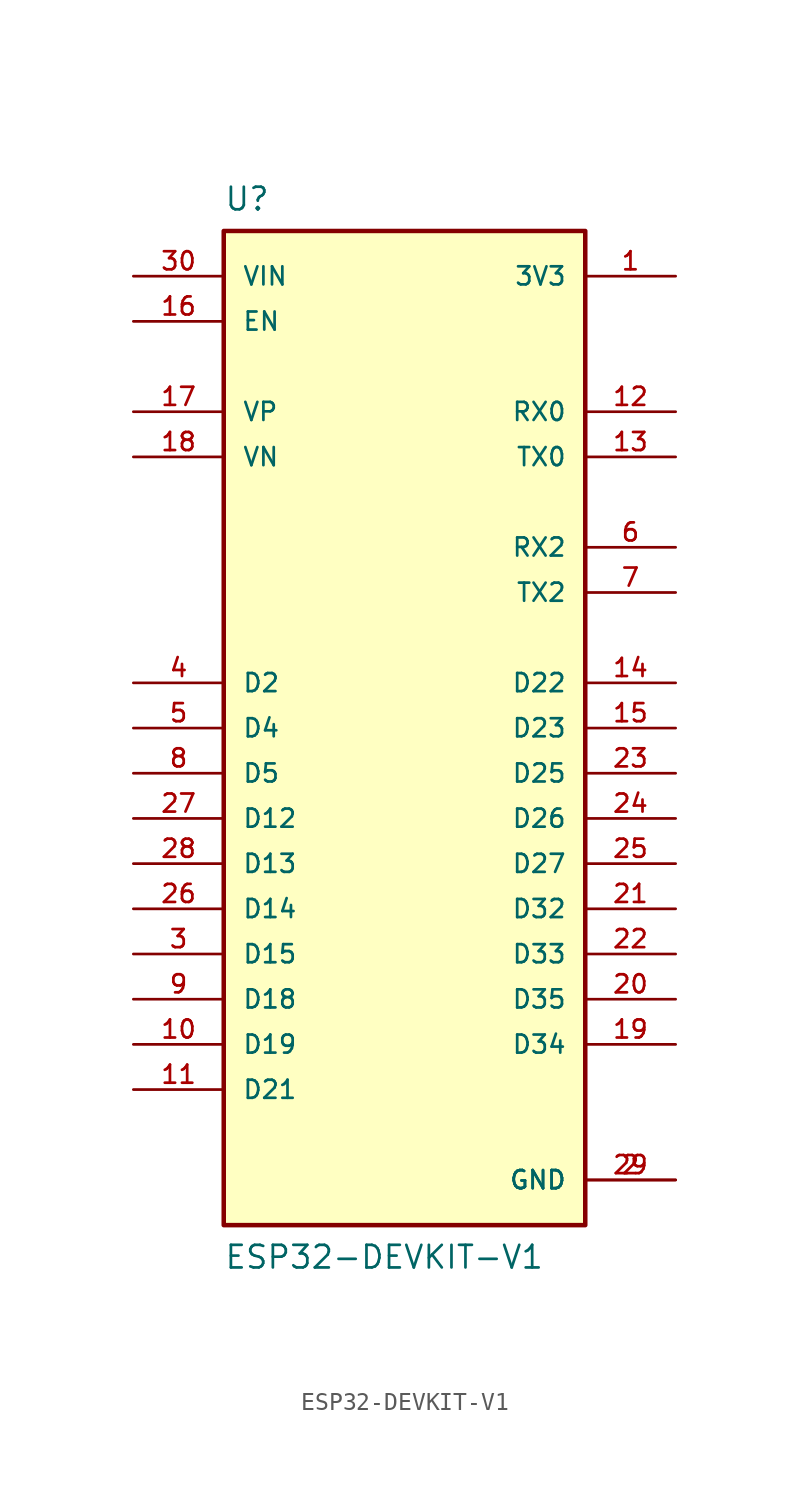
<source format=kicad_sym>
(kicad_symbol_lib
  (version 20231120)
  (generator "kicad_symbol_editor")
  (generator_version "8.0")
  (symbol "ESP32-DEVKIT-V1"
    (pin_names
      (offset 1.016))
    (property "Reference" "U"
      (at -10.16 30.48 0)
      (effects (font (size 1.27 1.27)) (justify left top)))
    (property "Value" "ESP32-DEVKIT-V1"
      (at -10.16 -30.48 0)
      (effects (font (size 1.27 1.27)) (justify left bottom)))
    (symbol "ESP32-DEVKIT-V1_0_0"
      (rectangle (start -10.16 -27.94) (end 10.16 27.94) (stroke (width 0.254) (type default)) (fill (type background)))
      (pin output line (at 15.24 25.4 180) (length 5.08) (name "3V3" (effects (font (size 1.016 1.016)))) (number "1" (effects (font (size 1.016 1.016)))))
      (pin bidirectional line (at -15.24 -17.78 0) (length 5.08) (name "D19" (effects (font (size 1.016 1.016)))) (number "10" (effects (font (size 1.016 1.016)))))
      (pin bidirectional line (at -15.24 -20.32 0) (length 5.08) (name "D21" (effects (font (size 1.016 1.016)))) (number "11" (effects (font (size 1.016 1.016)))))
      (pin input line (at 15.24 17.78 180) (length 5.08) (name "RX0" (effects (font (size 1.016 1.016)))) (number "12" (effects (font (size 1.016 1.016)))))
      (pin output line (at 15.24 15.24 180) (length 5.08) (name "TX0" (effects (font (size 1.016 1.016)))) (number "13" (effects (font (size 1.016 1.016)))))
      (pin bidirectional line (at 15.24 2.54 180) (length 5.08) (name "D22" (effects (font (size 1.016 1.016)))) (number "14" (effects (font (size 1.016 1.016)))))
      (pin bidirectional line (at 15.24 0 180) (length 5.08) (name "D23" (effects (font (size 1.016 1.016)))) (number "15" (effects (font (size 1.016 1.016)))))
      (pin input line (at -15.24 22.86 0) (length 5.08) (name "EN" (effects (font (size 1.016 1.016)))) (number "16" (effects (font (size 1.016 1.016)))))
      (pin bidirectional line (at -15.24 17.78 0) (length 5.08) (name "VP" (effects (font (size 1.016 1.016)))) (number "17" (effects (font (size 1.016 1.016)))))
      (pin bidirectional line (at -15.24 15.24 0) (length 5.08) (name "VN" (effects (font (size 1.016 1.016)))) (number "18" (effects (font (size 1.016 1.016)))))
      (pin bidirectional line (at 15.24 -17.78 180) (length 5.08) (name "D34" (effects (font (size 1.016 1.016)))) (number "19" (effects (font (size 1.016 1.016)))))
      (pin power_in line (at 15.24 -25.4 180) (length 5.08) (name "GND" (effects (font (size 1.016 1.016)))) (number "2" (effects (font (size 1.016 1.016)))))
      (pin bidirectional line (at 15.24 -15.24 180) (length 5.08) (name "D35" (effects (font (size 1.016 1.016)))) (number "20" (effects (font (size 1.016 1.016)))))
      (pin bidirectional line (at 15.24 -10.16 180) (length 5.08) (name "D32" (effects (font (size 1.016 1.016)))) (number "21" (effects (font (size 1.016 1.016)))))
      (pin bidirectional line (at 15.24 -12.7 180) (length 5.08) (name "D33" (effects (font (size 1.016 1.016)))) (number "22" (effects (font (size 1.016 1.016)))))
      (pin bidirectional line (at 15.24 -2.54 180) (length 5.08) (name "D25" (effects (font (size 1.016 1.016)))) (number "23" (effects (font (size 1.016 1.016)))))
      (pin bidirectional line (at 15.24 -5.08 180) (length 5.08) (name "D26" (effects (font (size 1.016 1.016)))) (number "24" (effects (font (size 1.016 1.016)))))
      (pin bidirectional line (at 15.24 -7.62 180) (length 5.08) (name "D27" (effects (font (size 1.016 1.016)))) (number "25" (effects (font (size 1.016 1.016)))))
      (pin bidirectional line (at -15.24 -10.16 0) (length 5.08) (name "D14" (effects (font (size 1.016 1.016)))) (number "26" (effects (font (size 1.016 1.016)))))
      (pin bidirectional line (at -15.24 -5.08 0) (length 5.08) (name "D12" (effects (font (size 1.016 1.016)))) (number "27" (effects (font (size 1.016 1.016)))))
      (pin bidirectional line (at -15.24 -7.62 0) (length 5.08) (name "D13" (effects (font (size 1.016 1.016)))) (number "28" (effects (font (size 1.016 1.016)))))
      (pin power_in line (at 15.24 -25.4 180) (length 5.08) (name "GND" (effects (font (size 1.016 1.016)))) (number "29" (effects (font (size 1.016 1.016)))))
      (pin bidirectional line (at -15.24 -12.7 0) (length 5.08) (name "D15" (effects (font (size 1.016 1.016)))) (number "3" (effects (font (size 1.016 1.016)))))
      (pin input line (at -15.24 25.4 0) (length 5.08) (name "VIN" (effects (font (size 1.016 1.016)))) (number "30" (effects (font (size 1.016 1.016)))))
      (pin bidirectional line (at -15.24 2.54 0) (length 5.08) (name "D2" (effects (font (size 1.016 1.016)))) (number "4" (effects (font (size 1.016 1.016)))))
      (pin bidirectional line (at -15.24 0 0) (length 5.08) (name "D4" (effects (font (size 1.016 1.016)))) (number "5" (effects (font (size 1.016 1.016)))))
      (pin input line (at 15.24 10.16 180) (length 5.08) (name "RX2" (effects (font (size 1.016 1.016)))) (number "6" (effects (font (size 1.016 1.016)))))
      (pin output line (at 15.24 7.62 180) (length 5.08) (name "TX2" (effects (font (size 1.016 1.016)))) (number "7" (effects (font (size 1.016 1.016)))))
      (pin bidirectional line (at -15.24 -2.54 0) (length 5.08) (name "D5" (effects (font (size 1.016 1.016)))) (number "8" (effects (font (size 1.016 1.016)))))
      (pin bidirectional line (at -15.24 -15.24 0) (length 5.08) (name "D18" (effects (font (size 1.016 1.016)))) (number "9" (effects (font (size 1.016 1.016))))))))
</source>
